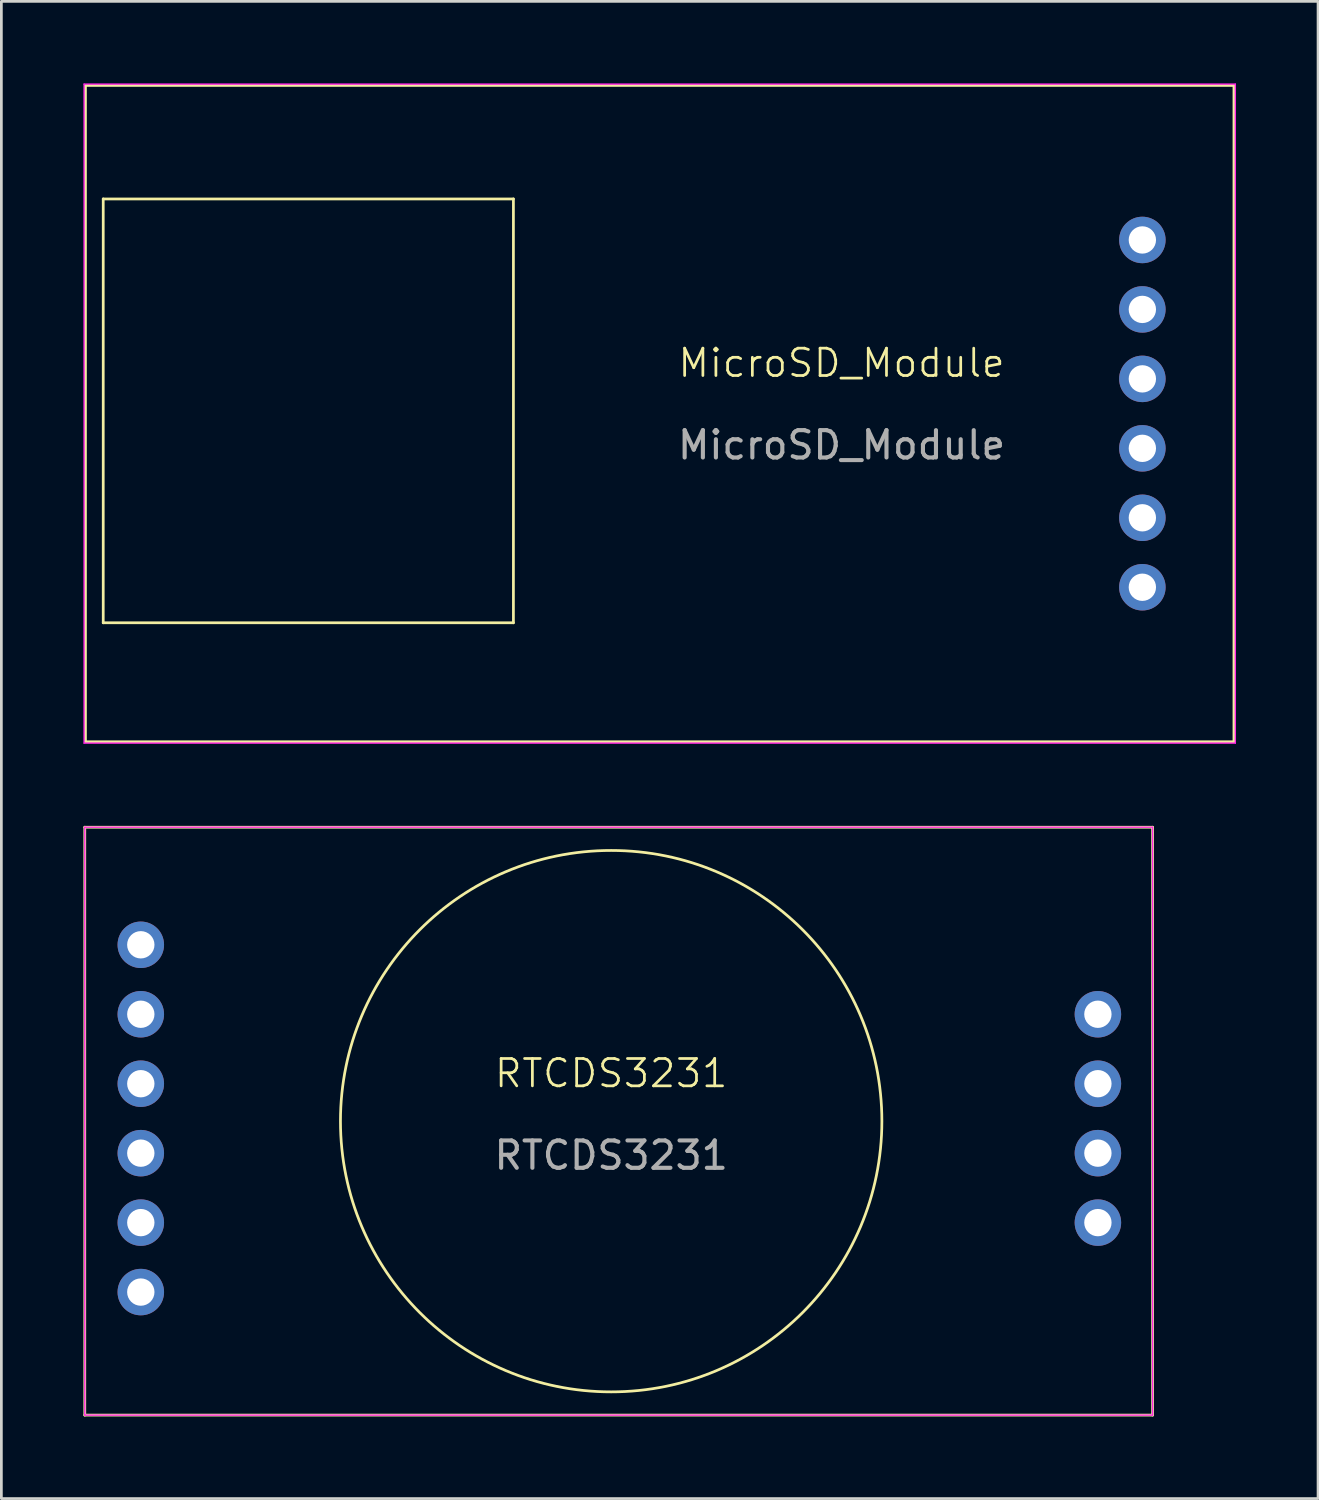
<source format=kicad_pcb>
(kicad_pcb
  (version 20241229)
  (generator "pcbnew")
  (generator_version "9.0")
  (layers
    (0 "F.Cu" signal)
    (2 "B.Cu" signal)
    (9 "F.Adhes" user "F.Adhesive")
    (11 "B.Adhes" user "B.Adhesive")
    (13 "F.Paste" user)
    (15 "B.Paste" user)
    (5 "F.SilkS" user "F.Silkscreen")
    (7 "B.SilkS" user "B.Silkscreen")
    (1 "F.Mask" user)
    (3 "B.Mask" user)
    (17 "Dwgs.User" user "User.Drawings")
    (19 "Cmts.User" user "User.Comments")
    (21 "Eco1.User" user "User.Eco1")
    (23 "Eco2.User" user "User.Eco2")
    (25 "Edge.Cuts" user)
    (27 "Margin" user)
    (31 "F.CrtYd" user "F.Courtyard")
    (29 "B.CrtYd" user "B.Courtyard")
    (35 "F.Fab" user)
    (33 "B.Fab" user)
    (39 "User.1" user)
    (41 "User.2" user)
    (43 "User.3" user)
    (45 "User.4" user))
  (footprint "MicroSD_Module"
    (layer "F.Cu")
    (at 38.725 5.725)
    (property "Reference" "MicroSD_Module" (at -11 4.5 0) (layer "F.SilkS") (effects (font (size 1 1) (thickness 0.1))))
    (attr through_hole)
    (fp_line (start -38.65 -5.65) (end -38.65 18.35) (stroke (width 0.1) (type default)) (layer "F.SilkS"))
    (fp_line (start -38.65 18.35) (end 3.35 18.35) (stroke (width 0.1) (type default)) (layer "F.SilkS"))
    (fp_line (start -38 -1.5) (end -38 14) (stroke (width 0.1) (type default)) (layer "F.SilkS"))
    (fp_line (start -38 14) (end -23 14) (stroke (width 0.1) (type default)) (layer "F.SilkS"))
    (fp_line (start -23 -1.5) (end -38 -1.5) (stroke (width 0.1) (type default)) (layer "F.SilkS"))
    (fp_line (start -23 14) (end -23 -1.5) (stroke (width 0.1) (type default)) (layer "F.SilkS"))
    (fp_line (start 3.35 -5.65) (end -38.65 -5.65) (stroke (width 0.1) (type default)) (layer "F.SilkS"))
    (fp_line (start 3.35 18.35) (end 3.35 -5.65) (stroke (width 0.1) (type default)) (layer "F.SilkS"))
    (fp_line (start -38.7 -5.7) (end 3.4 -5.7) (stroke (width 0.05) (type default)) (layer "F.CrtYd"))
    (fp_line (start -38.7 18.4) (end -38.7 -5.7) (stroke (width 0.05) (type default)) (layer "F.CrtYd"))
    (fp_line (start 3.4 -5.7) (end 3.4 18.4) (stroke (width 0.05) (type default)) (layer "F.CrtYd"))
    (fp_line (start 3.4 18.4) (end -38.7 18.4) (stroke (width 0.05) (type default)) (layer "F.CrtYd"))
    (fp_text user "${REFERENCE}" (at -11 7.5 0) (layer "F.Fab") (effects (font (size 1 1) (thickness 0.15))))
    (pad "1" thru_hole circle (at 0 0) (size 1.7 1.7) (drill 1) (layers "*.Cu" "*.Mask"))
    (pad "2" thru_hole circle (at 0 2.54) (size 1.7 1.7) (drill 1) (layers "*.Cu" "*.Mask"))
    (pad "3" thru_hole circle (at 0 5.08) (size 1.7 1.7) (drill 1) (layers "*.Cu" "*.Mask"))
    (pad "4" thru_hole circle (at 0 7.62) (size 1.7 1.7) (drill 1) (layers "*.Cu" "*.Mask"))
    (pad "5" thru_hole circle (at 0 10.16) (size 1.7 1.7) (drill 1) (layers "*.Cu" "*.Mask"))
    (pad "6" thru_hole circle (at 0 12.7) (size 1.7 1.7) (drill 1) (layers "*.Cu" "*.Mask")))
  (footprint "RTCDS3231"
    (layer "F.Cu")
    (at 2.099 31.5)
    (property "Reference" "RTCDS3231" (at 17.201 4.7 0) (layer "F.SilkS") (effects (font (size 1 1) (thickness 0.1))))
    (attr through_hole)
    (fp_line (start -2.049 -4.3) (end -2.049 17.2) (stroke (width 0.1) (type default)) (layer "F.SilkS"))
    (fp_line (start -2.049 17.2) (end 37 17.2) (stroke (width 0.1) (type default)) (layer "F.SilkS"))
    (fp_line (start 37 -4.3) (end -2.049 -4.3) (stroke (width 0.1) (type default)) (layer "F.SilkS"))
    (fp_line (start 37 17.2) (end 37 -4.3) (stroke (width 0.1) (type default)) (layer "F.SilkS"))
    (fp_circle (center 17.201 6.45) (end 24.201 13.45) (stroke (width 0.1) (type default)) (fill no) (layer "F.SilkS"))
    (fp_line (start -2.049 -4.3) (end 37 -4.3) (stroke (width 0.05) (type default)) (layer "F.CrtYd"))
    (fp_line (start -2.049 17.2) (end -2.049 -4.3) (stroke (width 0.05) (type default)) (layer "F.CrtYd"))
    (fp_line (start 37 -4.3) (end 37 17.2) (stroke (width 0.05) (type default)) (layer "F.CrtYd"))
    (fp_line (start 37 17.2) (end -2.049 17.2) (stroke (width 0.05) (type default)) (layer "F.CrtYd"))
    (fp_text user "${REFERENCE}" (at 17.201 7.7 0) (layer "F.Fab") (effects (font (size 1 1) (thickness 0.15))))
    (pad "1" thru_hole circle (at 0 12.7 180) (size 1.7 1.7) (drill 1) (layers "*.Cu" "*.Mask"))
    (pad "2" thru_hole circle (at 0 10.16 180) (size 1.7 1.7) (drill 1) (layers "*.Cu" "*.Mask"))
    (pad "3" thru_hole circle (at 0 7.62 180) (size 1.7 1.7) (drill 1) (layers "*.Cu" "*.Mask"))
    (pad "3" thru_hole circle (at 35 10.16 180) (size 1.7 1.7) (drill 1) (layers "*.Cu" "*.Mask"))
    (pad "4" thru_hole circle (at 0 5.08 180) (size 1.7 1.7) (drill 1) (layers "*.Cu" "*.Mask"))
    (pad "4" thru_hole circle (at 35 7.62 180) (size 1.7 1.7) (drill 1) (layers "*.Cu" "*.Mask"))
    (pad "5" thru_hole circle (at 0 2.54 180) (size 1.7 1.7) (drill 1) (layers "*.Cu" "*.Mask"))
    (pad "5" thru_hole circle (at 35 5.08 180) (size 1.7 1.7) (drill 1) (layers "*.Cu" "*.Mask"))
    (pad "6" thru_hole circle (at 0 0 180) (size 1.7 1.7) (drill 1) (layers "*.Cu" "*.Mask"))
    (pad "6" thru_hole circle (at 35 2.54 180) (size 1.7 1.7) (drill 1) (layers "*.Cu" "*.Mask")))
  (gr_rect
    (start -3 -3)
    (end 45.15 51.75)
    (stroke (width 0.1) (type default))
    (fill no)
    (layer "Edge.Cuts")))
</source>
